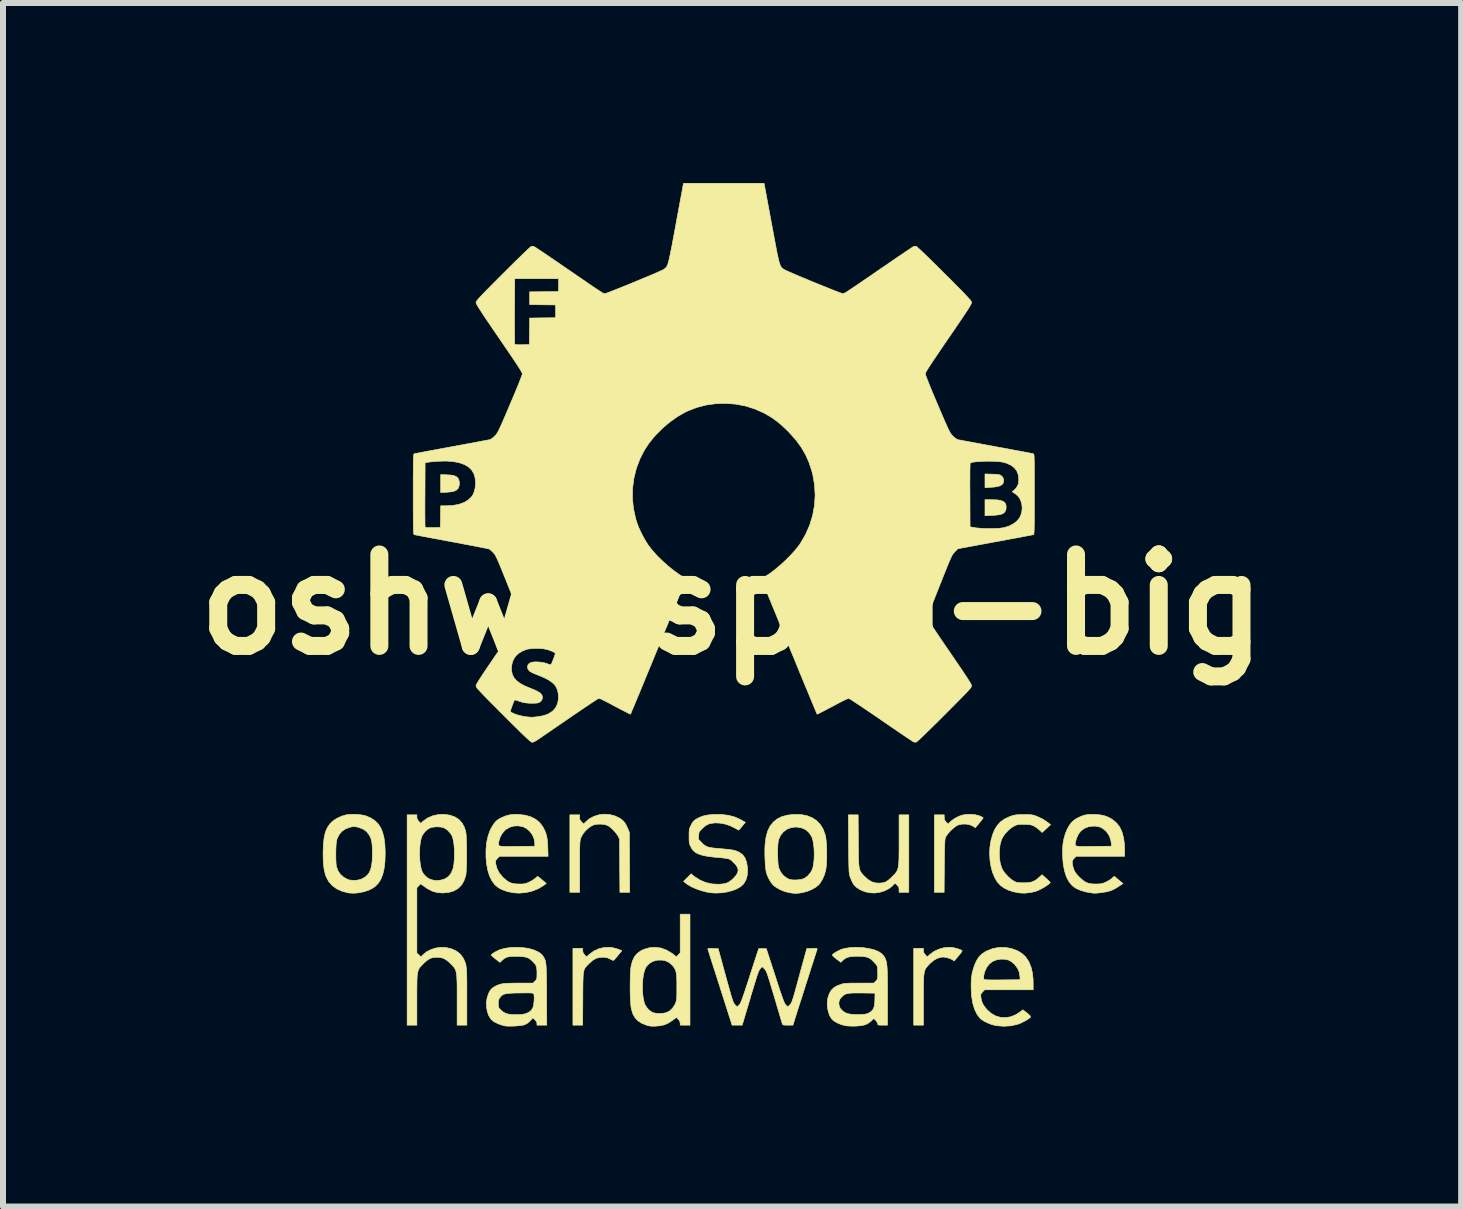
<source format=kicad_pcb>
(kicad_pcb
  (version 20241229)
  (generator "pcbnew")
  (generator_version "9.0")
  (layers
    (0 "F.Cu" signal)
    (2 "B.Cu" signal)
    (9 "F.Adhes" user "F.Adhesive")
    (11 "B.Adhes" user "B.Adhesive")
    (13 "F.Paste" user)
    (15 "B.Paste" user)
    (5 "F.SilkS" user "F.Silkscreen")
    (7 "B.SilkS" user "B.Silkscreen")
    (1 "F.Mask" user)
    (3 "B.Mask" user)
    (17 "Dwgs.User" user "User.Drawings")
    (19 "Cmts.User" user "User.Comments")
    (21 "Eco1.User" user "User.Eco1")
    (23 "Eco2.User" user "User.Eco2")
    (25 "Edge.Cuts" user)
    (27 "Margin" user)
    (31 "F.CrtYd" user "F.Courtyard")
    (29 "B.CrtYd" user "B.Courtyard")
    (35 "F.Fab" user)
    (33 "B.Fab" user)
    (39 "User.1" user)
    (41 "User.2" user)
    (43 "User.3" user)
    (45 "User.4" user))
  (footprint "oshw-spfb-big"
    (layer "F.Cu")
    (at 9.151 7.026)
    (property "Reference" "oshw-spfb-big" (at 0 0 0) (layer "F.SilkS") (effects (font (size 1.524 1.524) (thickness 0.3))))
    (attr through_hole)
    (fp_poly (pts (xy -4.752 -2.162) (xy -4.685 -2.158) (xy -4.635 -2.149) (xy -4.598 -2.133) (xy -4.572 -2.111) (xy -4.556 -2.086) (xy -4.545 -2.04) (xy -4.546 -1.99) (xy -4.561 -1.945) (xy -4.566 -1.935) (xy -4.591 -1.91) (xy -4.627 -1.891) (xy -4.679 -1.879) (xy -4.747 -1.872) (xy -4.757 -1.872) (xy -4.856 -1.867) (xy -4.856 -2.166) (xy -4.752 -2.162)) (stroke (width 0.01) (type solid)) (fill yes) (layer "F.SilkS"))
    (fp_poly (pts (xy 4.338 -2.173) (xy 4.391 -2.171) (xy 4.429 -2.168) (xy 4.455 -2.163) (xy 4.473 -2.157) (xy 4.487 -2.148) (xy 4.515 -2.116) (xy 4.528 -2.077) (xy 4.524 -2.036) (xy 4.52 -2.026) (xy 4.502 -2.001) (xy 4.474 -1.982) (xy 4.434 -1.968) (xy 4.377 -1.959) (xy 4.326 -1.955) (xy 4.216 -1.948) (xy 4.216 -2.176) (xy 4.338 -2.173)) (stroke (width 0.01) (type solid)) (fill yes) (layer "F.SilkS"))
    (fp_poly (pts (xy 4.336 -1.747) (xy 4.41 -1.745) (xy 4.467 -1.737) (xy 4.509 -1.724) (xy 4.539 -1.705) (xy 4.55 -1.694) (xy 4.565 -1.663) (xy 4.569 -1.622) (xy 4.564 -1.58) (xy 4.557 -1.562) (xy 4.54 -1.536) (xy 4.515 -1.516) (xy 4.478 -1.502) (xy 4.429 -1.493) (xy 4.362 -1.487) (xy 4.336 -1.486) (xy 4.216 -1.481) (xy 4.216 -1.748) (xy 4.336 -1.747)) (stroke (width 0.01) (type solid)) (fill yes) (layer "F.SilkS"))
    (fp_poly (pts (xy -1.994 5.719) (xy -1.951 5.729) (xy -1.908 5.741) (xy -1.881 5.751) (xy -1.837 5.77) (xy -1.901 5.847) (xy -1.929 5.881) (xy -1.953 5.908) (xy -1.969 5.926) (xy -1.974 5.93) (xy -1.987 5.929) (xy -2.012 5.919) (xy -2.035 5.907) (xy -2.074 5.889) (xy -2.111 5.881) (xy -2.154 5.878) (xy -2.214 5.882) (xy -2.267 5.898) (xy -2.317 5.927) (xy -2.37 5.971) (xy -2.376 5.977) (xy -2.401 6.001) (xy -2.421 6.022) (xy -2.438 6.041) (xy -2.452 6.061) (xy -2.463 6.083) (xy -2.471 6.11) (xy -2.477 6.143) (xy -2.481 6.186) (xy -2.483 6.238) (xy -2.485 6.304) (xy -2.486 6.385) (xy -2.487 6.482) (xy -2.487 6.566) (xy -2.49 7.01) (xy -2.652 7.01) (xy -2.652 5.73) (xy -2.489 5.73) (xy -2.489 5.768) (xy -2.484 5.8) (xy -2.466 5.829) (xy -2.457 5.839) (xy -2.425 5.872) (xy -2.375 5.827) (xy -2.301 5.774) (xy -2.218 5.736) (xy -2.128 5.716) (xy -2.037 5.713) (xy -1.994 5.719)) (stroke (width 0.01) (type solid)) (fill yes) (layer "F.SilkS"))
    (fp_poly (pts (xy 3.656 5.714) (xy 3.694 5.72) (xy 3.736 5.73) (xy 3.777 5.742) (xy 3.81 5.755) (xy 3.831 5.766) (xy 3.835 5.77) (xy 3.831 5.781) (xy 3.816 5.803) (xy 3.793 5.833) (xy 3.771 5.859) (xy 3.703 5.94) (xy 3.667 5.917) (xy 3.625 5.897) (xy 3.573 5.882) (xy 3.522 5.875) (xy 3.486 5.878) (xy 3.423 5.896) (xy 3.365 5.927) (xy 3.309 5.973) (xy 3.287 5.995) (xy 3.265 6.019) (xy 3.247 6.04) (xy 3.231 6.061) (xy 3.219 6.083) (xy 3.21 6.108) (xy 3.203 6.139) (xy 3.197 6.178) (xy 3.194 6.227) (xy 3.192 6.287) (xy 3.191 6.36) (xy 3.19 6.45) (xy 3.19 6.557) (xy 3.19 6.591) (xy 3.19 7.01) (xy 3.028 7.01) (xy 3.028 5.73) (xy 3.19 5.73) (xy 3.19 5.768) (xy 3.195 5.8) (xy 3.213 5.828) (xy 3.222 5.839) (xy 3.255 5.872) (xy 3.299 5.831) (xy 3.367 5.781) (xy 3.447 5.744) (xy 3.533 5.72) (xy 3.62 5.712) (xy 3.656 5.714)) (stroke (width 0.01) (type solid)) (fill yes) (layer "F.SilkS"))
    (fp_poly (pts (xy 4.046 3.502) (xy 4.11 3.517) (xy 4.133 3.525) (xy 4.161 3.539) (xy 4.181 3.55) (xy 4.186 3.555) (xy 4.181 3.564) (xy 4.167 3.583) (xy 4.142 3.614) (xy 4.106 3.659) (xy 4.081 3.688) (xy 4.055 3.719) (xy 4.011 3.691) (xy 3.961 3.67) (xy 3.901 3.659) (xy 3.837 3.659) (xy 3.776 3.672) (xy 3.769 3.674) (xy 3.732 3.693) (xy 3.69 3.726) (xy 3.646 3.766) (xy 3.606 3.809) (xy 3.575 3.851) (xy 3.556 3.886) (xy 3.553 3.901) (xy 3.549 3.922) (xy 3.547 3.952) (xy 3.545 3.993) (xy 3.543 4.046) (xy 3.541 4.114) (xy 3.54 4.197) (xy 3.539 4.298) (xy 3.538 4.361) (xy 3.535 4.796) (xy 3.373 4.796) (xy 3.373 3.505) (xy 3.536 3.505) (xy 3.536 3.549) (xy 3.539 3.581) (xy 3.551 3.605) (xy 3.569 3.625) (xy 3.603 3.658) (xy 3.628 3.631) (xy 3.668 3.595) (xy 3.721 3.56) (xy 3.779 3.53) (xy 3.834 3.51) (xy 3.901 3.498) (xy 3.974 3.496) (xy 4.046 3.502)) (stroke (width 0.01) (type solid)) (fill yes) (layer "F.SilkS"))
    (fp_poly (pts (xy -2.04 3.5) (xy -1.954 3.522) (xy -1.873 3.56) (xy -1.86 3.569) (xy -1.822 3.598) (xy -1.792 3.631) (xy -1.765 3.674) (xy -1.739 3.731) (xy -1.712 3.795) (xy -1.709 4.295) (xy -1.706 4.796) (xy -1.869 4.796) (xy -1.875 3.907) (xy -1.901 3.856) (xy -1.929 3.815) (xy -1.967 3.77) (xy -2.01 3.728) (xy -2.053 3.695) (xy -2.073 3.683) (xy -2.116 3.668) (xy -2.171 3.66) (xy -2.23 3.66) (xy -2.285 3.667) (xy -2.306 3.673) (xy -2.355 3.697) (xy -2.405 3.735) (xy -2.453 3.782) (xy -2.492 3.833) (xy -2.518 3.884) (xy -2.518 3.884) (xy -2.524 3.899) (xy -2.528 3.914) (xy -2.531 3.932) (xy -2.534 3.953) (xy -2.536 3.981) (xy -2.538 4.017) (xy -2.539 4.063) (xy -2.54 4.122) (xy -2.54 4.195) (xy -2.54 4.285) (xy -2.54 4.369) (xy -2.54 4.796) (xy -2.703 4.796) (xy -2.703 3.505) (xy -2.54 3.505) (xy -2.54 3.549) (xy -2.537 3.581) (xy -2.525 3.605) (xy -2.506 3.625) (xy -2.473 3.658) (xy -2.443 3.626) (xy -2.378 3.571) (xy -2.301 3.53) (xy -2.217 3.504) (xy -2.129 3.494) (xy -2.04 3.5)) (stroke (width 0.01) (type solid)) (fill yes) (layer "F.SilkS"))
    (fp_poly (pts (xy 2.105 3.94) (xy 2.106 4.051) (xy 2.107 4.145) (xy 2.108 4.222) (xy 2.11 4.286) (xy 2.114 4.337) (xy 2.119 4.378) (xy 2.126 4.41) (xy 2.135 4.437) (xy 2.147 4.46) (xy 2.163 4.481) (xy 2.181 4.502) (xy 2.204 4.526) (xy 2.213 4.535) (xy 2.271 4.587) (xy 2.328 4.621) (xy 2.387 4.639) (xy 2.437 4.643) (xy 2.49 4.641) (xy 2.532 4.634) (xy 2.57 4.619) (xy 2.607 4.593) (xy 2.649 4.555) (xy 2.668 4.537) (xy 2.694 4.511) (xy 2.716 4.488) (xy 2.734 4.466) (xy 2.749 4.442) (xy 2.76 4.416) (xy 2.769 4.385) (xy 2.775 4.347) (xy 2.779 4.3) (xy 2.782 4.241) (xy 2.783 4.169) (xy 2.784 4.082) (xy 2.784 3.978) (xy 2.784 3.919) (xy 2.784 3.505) (xy 2.946 3.505) (xy 2.946 4.796) (xy 2.784 4.796) (xy 2.784 4.752) (xy 2.781 4.72) (xy 2.769 4.695) (xy 2.75 4.676) (xy 2.717 4.643) (xy 2.677 4.685) (xy 2.617 4.733) (xy 2.544 4.771) (xy 2.462 4.796) (xy 2.377 4.808) (xy 2.296 4.804) (xy 2.215 4.786) (xy 2.141 4.756) (xy 2.078 4.717) (xy 2.031 4.669) (xy 2.02 4.654) (xy 2.001 4.618) (xy 1.981 4.574) (xy 1.969 4.542) (xy 1.963 4.526) (xy 1.959 4.509) (xy 1.956 4.491) (xy 1.953 4.469) (xy 1.95 4.441) (xy 1.949 4.406) (xy 1.947 4.36) (xy 1.946 4.303) (xy 1.945 4.232) (xy 1.944 4.146) (xy 1.943 4.042) (xy 1.943 3.99) (xy 1.939 3.505) (xy 2.102 3.505) (xy 2.105 3.94)) (stroke (width 0.01) (type solid)) (fill yes) (layer "F.SilkS"))
    (fp_poly (pts (xy 4.92 3.501) (xy 4.963 3.502) (xy 4.996 3.505) (xy 5.024 3.511) (xy 5.051 3.519) (xy 5.08 3.53) (xy 5.173 3.573) (xy 5.26 3.63) (xy 5.283 3.649) (xy 5.309 3.67) (xy 5.168 3.799) (xy 5.119 3.754) (xy 5.071 3.715) (xy 5.027 3.689) (xy 4.981 3.672) (xy 4.927 3.665) (xy 4.867 3.663) (xy 4.816 3.663) (xy 4.78 3.665) (xy 4.753 3.671) (xy 4.727 3.679) (xy 4.703 3.691) (xy 4.651 3.723) (xy 4.599 3.768) (xy 4.551 3.82) (xy 4.513 3.874) (xy 4.491 3.918) (xy 4.467 4.005) (xy 4.455 4.103) (xy 4.456 4.203) (xy 4.468 4.301) (xy 4.492 4.384) (xy 4.516 4.432) (xy 4.554 4.484) (xy 4.601 4.535) (xy 4.651 4.579) (xy 4.699 4.611) (xy 4.724 4.623) (xy 4.747 4.631) (xy 4.773 4.635) (xy 4.809 4.637) (xy 4.859 4.638) (xy 4.862 4.638) (xy 4.929 4.636) (xy 4.982 4.628) (xy 5.027 4.612) (xy 5.07 4.587) (xy 5.116 4.549) (xy 5.119 4.546) (xy 5.167 4.503) (xy 5.235 4.564) (xy 5.266 4.592) (xy 5.289 4.615) (xy 5.302 4.63) (xy 5.304 4.633) (xy 5.295 4.646) (xy 5.273 4.664) (xy 5.24 4.687) (xy 5.201 4.712) (xy 5.16 4.735) (xy 5.121 4.755) (xy 5.097 4.766) (xy 5.062 4.779) (xy 5.029 4.788) (xy 4.993 4.796) (xy 4.948 4.802) (xy 4.89 4.809) (xy 4.882 4.81) (xy 4.856 4.81) (xy 4.818 4.808) (xy 4.783 4.805) (xy 4.693 4.788) (xy 4.606 4.76) (xy 4.53 4.722) (xy 4.474 4.681) (xy 4.42 4.622) (xy 4.376 4.547) (xy 4.34 4.459) (xy 4.315 4.362) (xy 4.299 4.259) (xy 4.293 4.152) (xy 4.298 4.045) (xy 4.314 3.94) (xy 4.341 3.84) (xy 4.376 3.754) (xy 4.421 3.681) (xy 4.475 3.622) (xy 4.543 3.574) (xy 4.626 3.535) (xy 4.645 3.528) (xy 4.678 3.517) (xy 4.707 3.51) (xy 4.739 3.505) (xy 4.777 3.502) (xy 4.829 3.501) (xy 4.862 3.501) (xy 4.92 3.501)) (stroke (width 0.01) (type solid)) (fill yes) (layer "F.SilkS"))
    (fp_poly (pts (xy -0.701 7.01) (xy -0.864 7.01) (xy -0.864 6.978) (xy -0.872 6.944) (xy -0.895 6.913) (xy -0.926 6.881) (xy -0.991 6.929) (xy -1.057 6.973) (xy -1.123 7.003) (xy -1.195 7.02) (xy -1.27 7.027) (xy -1.326 7.028) (xy -1.368 7.025) (xy -1.405 7.017) (xy -1.422 7.012) (xy -1.504 6.979) (xy -1.567 6.939) (xy -1.615 6.889) (xy -1.651 6.827) (xy -1.675 6.75) (xy -1.683 6.711) (xy -1.688 6.667) (xy -1.693 6.607) (xy -1.696 6.535) (xy -1.698 6.455) (xy -1.698 6.405) (xy -1.493 6.405) (xy -1.489 6.488) (xy -1.479 6.565) (xy -1.464 6.631) (xy -1.453 6.664) (xy -1.423 6.714) (xy -1.383 6.759) (xy -1.337 6.792) (xy -1.315 6.802) (xy -1.267 6.813) (xy -1.21 6.816) (xy -1.151 6.813) (xy -1.099 6.803) (xy -1.093 6.801) (xy -1.038 6.772) (xy -0.991 6.727) (xy -0.953 6.669) (xy -0.943 6.646) (xy -0.935 6.626) (xy -0.929 6.606) (xy -0.925 6.583) (xy -0.922 6.554) (xy -0.921 6.516) (xy -0.92 6.465) (xy -0.92 6.399) (xy -0.92 6.375) (xy -0.92 6.29) (xy -0.922 6.223) (xy -0.926 6.169) (xy -0.933 6.127) (xy -0.943 6.092) (xy -0.958 6.063) (xy -0.976 6.035) (xy -0.992 6.016) (xy -1.045 5.968) (xy -1.107 5.938) (xy -1.169 5.926) (xy -1.246 5.927) (xy -1.316 5.946) (xy -1.376 5.98) (xy -1.424 6.029) (xy -1.438 6.05) (xy -1.459 6.099) (xy -1.475 6.163) (xy -1.486 6.238) (xy -1.492 6.321) (xy -1.493 6.405) (xy -1.698 6.405) (xy -1.698 6.37) (xy -1.698 6.286) (xy -1.696 6.206) (xy -1.693 6.134) (xy -1.689 6.074) (xy -1.683 6.03) (xy -1.683 6.028) (xy -1.661 5.942) (xy -1.627 5.871) (xy -1.58 5.815) (xy -1.519 5.771) (xy -1.467 5.746) (xy -1.374 5.719) (xy -1.28 5.712) (xy -1.186 5.725) (xy -1.095 5.758) (xy -1.006 5.81) (xy -0.979 5.83) (xy -0.927 5.871) (xy -0.895 5.838) (xy -0.864 5.805) (xy -0.864 5.161) (xy -0.701 5.161) (xy -0.701 7.01)) (stroke (width 0.01) (type solid)) (fill yes) (layer "F.SilkS"))
    (fp_poly (pts (xy -6.236 3.499) (xy -6.171 3.507) (xy -6.116 3.518) (xy -6.095 3.525) (xy -6.017 3.56) (xy -5.952 3.603) (xy -5.898 3.656) (xy -5.856 3.72) (xy -5.824 3.797) (xy -5.801 3.887) (xy -5.787 3.993) (xy -5.781 4.116) (xy -5.781 4.157) (xy -5.785 4.287) (xy -5.799 4.399) (xy -5.821 4.496) (xy -5.853 4.577) (xy -5.895 4.644) (xy -5.948 4.698) (xy -5.983 4.723) (xy -6.052 4.759) (xy -6.133 4.786) (xy -6.22 4.804) (xy -6.306 4.812) (xy -6.384 4.807) (xy -6.394 4.806) (xy -6.498 4.779) (xy -6.587 4.739) (xy -6.661 4.686) (xy -6.72 4.62) (xy -6.763 4.542) (xy -6.777 4.504) (xy -6.795 4.433) (xy -6.807 4.354) (xy -6.814 4.265) (xy -6.815 4.191) (xy -6.604 4.191) (xy -6.603 4.254) (xy -6.6 4.31) (xy -6.596 4.354) (xy -6.593 4.368) (xy -6.569 4.436) (xy -6.528 4.496) (xy -6.473 4.545) (xy -6.409 4.58) (xy -6.384 4.589) (xy -6.328 4.597) (xy -6.265 4.596) (xy -6.206 4.586) (xy -6.18 4.577) (xy -6.126 4.549) (xy -6.082 4.514) (xy -6.048 4.47) (xy -6.023 4.415) (xy -6.007 4.347) (xy -5.997 4.264) (xy -5.994 4.163) (xy -5.994 4.159) (xy -5.995 4.079) (xy -5.998 4.015) (xy -6.003 3.964) (xy -6.012 3.922) (xy -6.024 3.886) (xy -6.041 3.852) (xy -6.048 3.839) (xy -6.091 3.785) (xy -6.145 3.745) (xy -6.214 3.717) (xy -6.233 3.712) (xy -6.271 3.703) (xy -6.3 3.7) (xy -6.329 3.703) (xy -6.365 3.711) (xy -6.44 3.738) (xy -6.501 3.779) (xy -6.548 3.833) (xy -6.582 3.903) (xy -6.589 3.926) (xy -6.595 3.957) (xy -6.599 4.004) (xy -6.602 4.061) (xy -6.604 4.125) (xy -6.604 4.191) (xy -6.815 4.191) (xy -6.816 4.161) (xy -6.815 4.084) (xy -6.809 3.979) (xy -6.799 3.89) (xy -6.783 3.815) (xy -6.761 3.752) (xy -6.732 3.698) (xy -6.695 3.648) (xy -6.678 3.63) (xy -6.632 3.593) (xy -6.574 3.558) (xy -6.508 3.528) (xy -6.443 3.508) (xy -6.426 3.504) (xy -6.37 3.498) (xy -6.305 3.496) (xy -6.236 3.499)) (stroke (width 0.01) (type solid)) (fill yes) (layer "F.SilkS"))
    (fp_poly (pts (xy -3.556 3.498) (xy -3.448 3.511) (xy -3.354 3.538) (xy -3.273 3.579) (xy -3.207 3.634) (xy -3.158 3.698) (xy -3.128 3.753) (xy -3.105 3.806) (xy -3.089 3.861) (xy -3.079 3.923) (xy -3.073 3.998) (xy -3.071 4.046) (xy -3.066 4.196) (xy -3.877 4.196) (xy -3.911 4.231) (xy -3.93 4.252) (xy -3.939 4.27) (xy -3.941 4.292) (xy -3.938 4.322) (xy -3.919 4.397) (xy -3.882 4.47) (xy -3.829 4.536) (xy -3.811 4.554) (xy -3.759 4.599) (xy -3.713 4.629) (xy -3.665 4.647) (xy -3.61 4.656) (xy -3.551 4.658) (xy -3.502 4.658) (xy -3.467 4.655) (xy -3.439 4.65) (xy -3.41 4.639) (xy -3.383 4.627) (xy -3.343 4.606) (xy -3.304 4.582) (xy -3.279 4.562) (xy -3.241 4.529) (xy -3.208 4.555) (xy -3.179 4.578) (xy -3.147 4.605) (xy -3.135 4.615) (xy -3.096 4.649) (xy -3.141 4.682) (xy -3.23 4.736) (xy -3.331 4.776) (xy -3.439 4.801) (xy -3.551 4.81) (xy -3.642 4.804) (xy -3.748 4.783) (xy -3.845 4.746) (xy -3.894 4.719) (xy -3.953 4.67) (xy -4.002 4.604) (xy -4.043 4.521) (xy -4.073 4.422) (xy -4.093 4.308) (xy -4.101 4.211) (xy -4.101 4.082) (xy -4.092 3.994) (xy -3.892 3.994) (xy -3.891 4.008) (xy -3.883 4.018) (xy -3.868 4.025) (xy -3.843 4.029) (xy -3.807 4.032) (xy -3.757 4.032) (xy -3.691 4.032) (xy -3.607 4.031) (xy -3.584 4.031) (xy -3.287 4.028) (xy -3.288 3.973) (xy -3.299 3.905) (xy -3.326 3.841) (xy -3.368 3.783) (xy -3.42 3.736) (xy -3.48 3.705) (xy -3.482 3.704) (xy -3.557 3.689) (xy -3.632 3.691) (xy -3.704 3.711) (xy -3.768 3.748) (xy -3.783 3.76) (xy -3.829 3.812) (xy -3.865 3.876) (xy -3.886 3.943) (xy -3.887 3.954) (xy -3.891 3.977) (xy -3.892 3.994) (xy -4.092 3.994) (xy -4.089 3.961) (xy -4.064 3.851) (xy -4.028 3.753) (xy -3.992 3.689) (xy -3.96 3.642) (xy -3.931 3.609) (xy -3.898 3.583) (xy -3.855 3.558) (xy -3.85 3.556) (xy -3.777 3.524) (xy -3.705 3.505) (xy -3.626 3.497) (xy -3.556 3.498)) (stroke (width 0.01) (type solid)) (fill yes) (layer "F.SilkS"))
    (fp_poly (pts (xy 1.144 3.5) (xy 1.245 3.518) (xy 1.333 3.552) (xy 1.408 3.601) (xy 1.47 3.665) (xy 1.518 3.743) (xy 1.552 3.837) (xy 1.561 3.876) (xy 1.568 3.927) (xy 1.574 3.992) (xy 1.577 4.067) (xy 1.578 4.147) (xy 1.578 4.227) (xy 1.575 4.303) (xy 1.57 4.369) (xy 1.563 4.42) (xy 1.561 4.43) (xy 1.537 4.511) (xy 1.504 4.585) (xy 1.464 4.648) (xy 1.444 4.671) (xy 1.397 4.71) (xy 1.336 4.745) (xy 1.266 4.775) (xy 1.195 4.796) (xy 1.173 4.801) (xy 1.116 4.81) (xy 1.07 4.814) (xy 1.026 4.812) (xy 0.976 4.806) (xy 0.946 4.8) (xy 0.875 4.782) (xy 0.805 4.753) (xy 0.741 4.718) (xy 0.689 4.679) (xy 0.684 4.673) (xy 0.646 4.626) (xy 0.611 4.566) (xy 0.583 4.5) (xy 0.569 4.455) (xy 0.563 4.417) (xy 0.557 4.364) (xy 0.552 4.3) (xy 0.549 4.229) (xy 0.547 4.161) (xy 0.76 4.161) (xy 0.762 4.227) (xy 0.765 4.289) (xy 0.769 4.341) (xy 0.775 4.378) (xy 0.777 4.384) (xy 0.807 4.454) (xy 0.852 4.513) (xy 0.911 4.558) (xy 0.954 4.579) (xy 0.994 4.588) (xy 1.045 4.591) (xy 1.101 4.588) (xy 1.154 4.581) (xy 1.196 4.568) (xy 1.204 4.565) (xy 1.26 4.525) (xy 1.308 4.469) (xy 1.331 4.43) (xy 1.348 4.383) (xy 1.36 4.321) (xy 1.367 4.248) (xy 1.37 4.169) (xy 1.368 4.089) (xy 1.361 4.012) (xy 1.35 3.943) (xy 1.335 3.886) (xy 1.326 3.866) (xy 1.285 3.803) (xy 1.232 3.755) (xy 1.166 3.724) (xy 1.089 3.71) (xy 1.056 3.708) (xy 0.982 3.718) (xy 0.914 3.745) (xy 0.856 3.788) (xy 0.81 3.845) (xy 0.779 3.912) (xy 0.771 3.941) (xy 0.766 3.979) (xy 0.762 4.032) (xy 0.76 4.094) (xy 0.76 4.161) (xy 0.547 4.161) (xy 0.547 4.156) (xy 0.547 4.085) (xy 0.549 4.023) (xy 0.551 3.993) (xy 0.566 3.878) (xy 0.593 3.778) (xy 0.633 3.695) (xy 0.687 3.627) (xy 0.753 3.573) (xy 0.833 3.534) (xy 0.928 3.509) (xy 1.031 3.498) (xy 1.144 3.5)) (stroke (width 0.01) (type solid)) (fill yes) (layer "F.SilkS"))
    (fp_poly (pts (xy 4.657 5.733) (xy 4.758 5.771) (xy 4.759 5.772) (xy 4.832 5.816) (xy 4.89 5.869) (xy 4.937 5.937) (xy 4.952 5.965) (xy 4.985 6.049) (xy 5.007 6.143) (xy 5.018 6.25) (xy 5.019 6.31) (xy 5.019 6.421) (xy 4.21 6.421) (xy 4.176 6.456) (xy 4.157 6.478) (xy 4.147 6.496) (xy 4.146 6.519) (xy 4.148 6.547) (xy 4.16 6.609) (xy 4.184 6.665) (xy 4.223 6.721) (xy 4.251 6.754) (xy 4.32 6.815) (xy 4.395 6.857) (xy 4.476 6.881) (xy 4.559 6.885) (xy 4.643 6.871) (xy 4.726 6.838) (xy 4.807 6.786) (xy 4.808 6.785) (xy 4.847 6.754) (xy 4.88 6.78) (xy 4.923 6.814) (xy 4.951 6.838) (xy 4.968 6.855) (xy 4.974 6.868) (xy 4.973 6.877) (xy 4.97 6.882) (xy 4.951 6.898) (xy 4.918 6.919) (xy 4.878 6.943) (xy 4.835 6.965) (xy 4.795 6.983) (xy 4.769 6.993) (xy 4.652 7.021) (xy 4.53 7.029) (xy 4.409 7.019) (xy 4.385 7.015) (xy 4.322 6.998) (xy 4.259 6.973) (xy 4.2 6.944) (xy 4.152 6.912) (xy 4.133 6.895) (xy 4.083 6.829) (xy 4.043 6.747) (xy 4.013 6.648) (xy 3.994 6.534) (xy 3.986 6.416) (xy 3.985 6.314) (xy 3.99 6.226) (xy 3.991 6.22) (xy 4.193 6.22) (xy 4.197 6.243) (xy 4.198 6.246) (xy 4.206 6.25) (xy 4.224 6.253) (xy 4.252 6.255) (xy 4.295 6.256) (xy 4.352 6.257) (xy 4.426 6.257) (xy 4.505 6.256) (xy 4.801 6.253) (xy 4.799 6.206) (xy 4.788 6.131) (xy 4.761 6.066) (xy 4.716 6.005) (xy 4.704 5.993) (xy 4.661 5.955) (xy 4.619 5.93) (xy 4.572 5.916) (xy 4.514 5.91) (xy 4.489 5.91) (xy 4.413 5.92) (xy 4.346 5.947) (xy 4.289 5.99) (xy 4.244 6.048) (xy 4.211 6.12) (xy 4.196 6.182) (xy 4.193 6.22) (xy 3.991 6.22) (xy 4.001 6.147) (xy 4.021 6.072) (xy 4.044 6.006) (xy 4.077 5.932) (xy 4.115 5.874) (xy 4.161 5.827) (xy 4.219 5.788) (xy 4.247 5.773) (xy 4.345 5.734) (xy 4.448 5.715) (xy 4.553 5.715) (xy 4.657 5.733)) (stroke (width 0.01) (type solid)) (fill yes) (layer "F.SilkS"))
    (fp_poly (pts (xy 6.049 3.498) (xy 6.133 3.505) (xy 6.203 3.519) (xy 6.265 3.542) (xy 6.327 3.575) (xy 6.346 3.588) (xy 6.41 3.642) (xy 6.461 3.708) (xy 6.499 3.789) (xy 6.525 3.884) (xy 6.54 3.994) (xy 6.543 4.087) (xy 6.543 4.196) (xy 5.734 4.196) (xy 5.702 4.23) (xy 5.681 4.255) (xy 5.671 4.282) (xy 5.671 4.316) (xy 5.68 4.362) (xy 5.684 4.376) (xy 5.699 4.423) (xy 5.721 4.465) (xy 5.752 4.505) (xy 5.796 4.551) (xy 5.801 4.555) (xy 5.851 4.599) (xy 5.896 4.629) (xy 5.944 4.647) (xy 5.999 4.656) (xy 6.06 4.658) (xy 6.11 4.657) (xy 6.145 4.654) (xy 6.174 4.648) (xy 6.203 4.638) (xy 6.228 4.627) (xy 6.269 4.606) (xy 6.307 4.582) (xy 6.333 4.562) (xy 6.371 4.529) (xy 6.418 4.568) (xy 6.448 4.594) (xy 6.476 4.617) (xy 6.49 4.629) (xy 6.516 4.65) (xy 6.437 4.702) (xy 6.387 4.733) (xy 6.338 4.758) (xy 6.287 4.776) (xy 6.228 4.79) (xy 6.158 4.801) (xy 6.076 4.81) (xy 6.041 4.811) (xy 6.01 4.809) (xy 5.899 4.79) (xy 5.807 4.763) (xy 5.731 4.729) (xy 5.672 4.686) (xy 5.662 4.676) (xy 5.612 4.613) (xy 5.571 4.533) (xy 5.541 4.437) (xy 5.52 4.326) (xy 5.51 4.205) (xy 5.508 4.092) (xy 5.515 3.994) (xy 5.516 3.99) (xy 5.719 3.99) (xy 5.72 4.005) (xy 5.726 4.016) (xy 5.74 4.024) (xy 5.764 4.029) (xy 5.801 4.032) (xy 5.85 4.032) (xy 5.916 4.032) (xy 6 4.031) (xy 6.027 4.031) (xy 6.325 4.028) (xy 6.322 3.981) (xy 6.309 3.909) (xy 6.28 3.841) (xy 6.237 3.781) (xy 6.183 3.735) (xy 6.148 3.715) (xy 6.108 3.701) (xy 6.06 3.694) (xy 6.025 3.693) (xy 5.945 3.702) (xy 5.876 3.728) (xy 5.818 3.77) (xy 5.772 3.828) (xy 5.74 3.901) (xy 5.728 3.946) (xy 5.722 3.97) (xy 5.719 3.99) (xy 5.516 3.99) (xy 5.531 3.905) (xy 5.552 3.83) (xy 5.586 3.744) (xy 5.625 3.675) (xy 5.669 3.621) (xy 5.722 3.578) (xy 5.759 3.557) (xy 5.824 3.527) (xy 5.882 3.508) (xy 5.943 3.499) (xy 6.012 3.497) (xy 6.049 3.498)) (stroke (width 0.01) (type solid)) (fill yes) (layer "F.SilkS"))
    (fp_poly (pts (xy -0.169 3.499) (xy -0.054 3.514) (xy 0.051 3.543) (xy 0.148 3.588) (xy 0.159 3.594) (xy 0.222 3.63) (xy 0.169 3.694) (xy 0.144 3.724) (xy 0.124 3.746) (xy 0.112 3.758) (xy 0.11 3.759) (xy 0.099 3.754) (xy 0.076 3.742) (xy 0.048 3.725) (xy -0.03 3.687) (xy -0.114 3.659) (xy -0.201 3.643) (xy -0.284 3.639) (xy -0.358 3.649) (xy -0.371 3.652) (xy -0.408 3.666) (xy -0.441 3.685) (xy -0.476 3.714) (xy -0.491 3.728) (xy -0.521 3.758) (xy -0.54 3.78) (xy -0.55 3.799) (xy -0.554 3.822) (xy -0.557 3.849) (xy -0.561 3.91) (xy -0.512 3.963) (xy -0.484 3.991) (xy -0.457 4.013) (xy -0.428 4.03) (xy -0.394 4.043) (xy -0.351 4.052) (xy -0.296 4.06) (xy -0.225 4.066) (xy -0.191 4.069) (xy -0.113 4.076) (xy -0.052 4.082) (xy -0.004 4.089) (xy 0.035 4.097) (xy 0.067 4.106) (xy 0.098 4.119) (xy 0.125 4.132) (xy 0.176 4.169) (xy 0.215 4.222) (xy 0.241 4.291) (xy 0.256 4.376) (xy 0.259 4.435) (xy 0.252 4.52) (xy 0.23 4.593) (xy 0.192 4.656) (xy 0.185 4.664) (xy 0.139 4.704) (xy 0.078 4.739) (xy 0.003 4.768) (xy -0.081 4.79) (xy -0.17 4.804) (xy -0.262 4.809) (xy -0.341 4.805) (xy -0.422 4.792) (xy -0.508 4.77) (xy -0.592 4.741) (xy -0.67 4.707) (xy -0.737 4.669) (xy -0.772 4.643) (xy -0.808 4.614) (xy -0.683 4.488) (xy -0.629 4.532) (xy -0.538 4.591) (xy -0.438 4.633) (xy -0.331 4.657) (xy -0.218 4.662) (xy -0.205 4.661) (xy -0.142 4.655) (xy -0.092 4.643) (xy -0.05 4.623) (xy -0.008 4.592) (xy 0.021 4.566) (xy 0.067 4.515) (xy 0.094 4.469) (xy 0.102 4.425) (xy 0.09 4.381) (xy 0.06 4.335) (xy 0.027 4.3) (xy 0.005 4.279) (xy -0.013 4.263) (xy -0.031 4.251) (xy -0.051 4.241) (xy -0.077 4.234) (xy -0.112 4.229) (xy -0.158 4.223) (xy -0.219 4.217) (xy -0.28 4.212) (xy -0.382 4.2) (xy -0.466 4.186) (xy -0.534 4.167) (xy -0.588 4.144) (xy -0.63 4.116) (xy -0.663 4.08) (xy -0.688 4.037) (xy -0.689 4.035) (xy -0.701 4.008) (xy -0.709 3.983) (xy -0.714 3.955) (xy -0.716 3.918) (xy -0.716 3.867) (xy -0.716 3.861) (xy -0.716 3.809) (xy -0.714 3.772) (xy -0.71 3.744) (xy -0.703 3.72) (xy -0.691 3.693) (xy -0.683 3.676) (xy -0.661 3.635) (xy -0.638 3.607) (xy -0.611 3.585) (xy -0.602 3.579) (xy -0.539 3.546) (xy -0.474 3.522) (xy -0.4 3.507) (xy -0.314 3.499) (xy -0.296 3.498) (xy -0.169 3.499)) (stroke (width 0.01) (type solid)) (fill yes) (layer "F.SilkS"))
    (fp_poly (pts (xy 2.144 5.715) (xy 2.182 5.718) (xy 2.287 5.734) (xy 2.376 5.757) (xy 2.447 5.787) (xy 2.501 5.825) (xy 2.534 5.865) (xy 2.546 5.887) (xy 2.557 5.908) (xy 2.565 5.931) (xy 2.572 5.956) (xy 2.578 5.987) (xy 2.582 6.024) (xy 2.586 6.071) (xy 2.588 6.128) (xy 2.589 6.197) (xy 2.59 6.281) (xy 2.591 6.381) (xy 2.591 6.499) (xy 2.591 6.52) (xy 2.591 7.01) (xy 2.51 7.01) (xy 2.469 7.01) (xy 2.445 7.008) (xy 2.433 7.004) (xy 2.429 6.996) (xy 2.428 6.988) (xy 2.421 6.967) (xy 2.404 6.942) (xy 2.396 6.932) (xy 2.364 6.899) (xy 2.316 6.944) (xy 2.259 6.986) (xy 2.214 7.005) (xy 2.166 7.016) (xy 2.105 7.023) (xy 2.037 7.027) (xy 1.97 7.026) (xy 1.91 7.022) (xy 1.874 7.016) (xy 1.817 6.999) (xy 1.761 6.976) (xy 1.711 6.948) (xy 1.674 6.92) (xy 1.663 6.909) (xy 1.63 6.857) (xy 1.606 6.792) (xy 1.591 6.719) (xy 1.587 6.655) (xy 1.78 6.655) (xy 1.781 6.661) (xy 1.792 6.708) (xy 1.815 6.746) (xy 1.855 6.783) (xy 1.855 6.783) (xy 1.897 6.807) (xy 1.951 6.824) (xy 2.018 6.833) (xy 2.102 6.834) (xy 2.121 6.834) (xy 2.175 6.831) (xy 2.214 6.828) (xy 2.243 6.822) (xy 2.268 6.813) (xy 2.283 6.806) (xy 2.322 6.78) (xy 2.35 6.748) (xy 2.368 6.705) (xy 2.378 6.649) (xy 2.381 6.581) (xy 2.383 6.477) (xy 2.171 6.474) (xy 2.088 6.474) (xy 2.023 6.474) (xy 1.972 6.477) (xy 1.933 6.482) (xy 1.902 6.489) (xy 1.878 6.5) (xy 1.856 6.514) (xy 1.843 6.525) (xy 1.804 6.566) (xy 1.784 6.609) (xy 1.78 6.655) (xy 1.587 6.655) (xy 1.587 6.644) (xy 1.594 6.573) (xy 1.6 6.547) (xy 1.624 6.479) (xy 1.656 6.426) (xy 1.697 6.386) (xy 1.752 6.354) (xy 1.82 6.329) (xy 1.842 6.322) (xy 1.867 6.317) (xy 1.896 6.314) (xy 1.933 6.312) (xy 1.981 6.31) (xy 2.044 6.31) (xy 2.122 6.309) (xy 2.363 6.309) (xy 2.396 6.276) (xy 2.411 6.26) (xy 2.42 6.245) (xy 2.425 6.227) (xy 2.428 6.2) (xy 2.428 6.16) (xy 2.428 6.143) (xy 2.427 6.098) (xy 2.424 6.058) (xy 2.42 6.03) (xy 2.417 6.022) (xy 2.404 6.003) (xy 2.382 5.977) (xy 2.355 5.947) (xy 2.353 5.946) (xy 2.319 5.914) (xy 2.284 5.891) (xy 2.245 5.876) (xy 2.196 5.867) (xy 2.135 5.863) (xy 2.087 5.862) (xy 2.015 5.864) (xy 1.959 5.871) (xy 1.915 5.884) (xy 1.879 5.904) (xy 1.849 5.928) (xy 1.814 5.963) (xy 1.74 5.908) (xy 1.706 5.879) (xy 1.682 5.857) (xy 1.672 5.841) (xy 1.672 5.839) (xy 1.684 5.825) (xy 1.71 5.806) (xy 1.745 5.785) (xy 1.783 5.765) (xy 1.819 5.749) (xy 1.829 5.745) (xy 1.893 5.729) (xy 1.97 5.718) (xy 2.056 5.713) (xy 2.144 5.715)) (stroke (width 0.01) (type solid)) (fill yes) (layer "F.SilkS"))
    (fp_poly (pts (xy 1.405 5.732) (xy 1.417 5.736) (xy 1.42 5.742) (xy 1.419 5.744) (xy 1.415 5.757) (xy 1.405 5.786) (xy 1.391 5.831) (xy 1.372 5.89) (xy 1.35 5.959) (xy 1.324 6.038) (xy 1.297 6.124) (xy 1.268 6.214) (xy 1.238 6.308) (xy 1.208 6.403) (xy 1.178 6.497) (xy 1.149 6.588) (xy 1.121 6.673) (xy 1.096 6.752) (xy 1.074 6.821) (xy 1.056 6.879) (xy 1.042 6.923) (xy 1.033 6.953) (xy 1.03 6.962) (xy 1.015 7.01) (xy 0.93 7.01) (xy 0.887 7.01) (xy 0.861 7.007) (xy 0.846 7.003) (xy 0.84 6.994) (xy 0.839 6.993) (xy 0.835 6.979) (xy 0.826 6.949) (xy 0.813 6.903) (xy 0.795 6.844) (xy 0.774 6.773) (xy 0.75 6.694) (xy 0.725 6.607) (xy 0.706 6.543) (xy 0.675 6.44) (xy 0.649 6.354) (xy 0.628 6.284) (xy 0.61 6.228) (xy 0.596 6.184) (xy 0.584 6.15) (xy 0.574 6.125) (xy 0.565 6.106) (xy 0.556 6.092) (xy 0.548 6.081) (xy 0.54 6.073) (xy 0.504 6.035) (xy 0.472 6.068) (xy 0.464 6.077) (xy 0.456 6.09) (xy 0.447 6.107) (xy 0.437 6.131) (xy 0.425 6.164) (xy 0.411 6.206) (xy 0.394 6.261) (xy 0.373 6.329) (xy 0.348 6.412) (xy 0.317 6.512) (xy 0.305 6.556) (xy 0.169 7.01) (xy 0.001 7.01) (xy -0.057 6.83) (xy -0.072 6.781) (xy -0.093 6.716) (xy -0.118 6.638) (xy -0.146 6.549) (xy -0.177 6.454) (xy -0.208 6.355) (xy -0.24 6.256) (xy -0.255 6.208) (xy -0.284 6.117) (xy -0.312 6.031) (xy -0.337 5.953) (xy -0.359 5.884) (xy -0.377 5.828) (xy -0.39 5.784) (xy -0.399 5.757) (xy -0.402 5.748) (xy -0.403 5.739) (xy -0.398 5.734) (xy -0.381 5.732) (xy -0.351 5.731) (xy -0.319 5.732) (xy -0.231 5.735) (xy -0.108 6.184) (xy -0.079 6.29) (xy -0.054 6.378) (xy -0.034 6.45) (xy -0.018 6.508) (xy -0.004 6.554) (xy 0.008 6.589) (xy 0.017 6.615) (xy 0.026 6.634) (xy 0.033 6.649) (xy 0.041 6.659) (xy 0.05 6.669) (xy 0.05 6.67) (xy 0.086 6.706) (xy 0.118 6.673) (xy 0.127 6.663) (xy 0.135 6.65) (xy 0.145 6.632) (xy 0.156 6.607) (xy 0.169 6.573) (xy 0.184 6.529) (xy 0.204 6.473) (xy 0.227 6.403) (xy 0.255 6.317) (xy 0.289 6.215) (xy 0.297 6.187) (xy 0.444 5.735) (xy 0.571 5.735) (xy 0.718 6.187) (xy 0.753 6.295) (xy 0.782 6.384) (xy 0.807 6.458) (xy 0.827 6.517) (xy 0.844 6.564) (xy 0.857 6.6) (xy 0.869 6.628) (xy 0.879 6.647) (xy 0.887 6.661) (xy 0.896 6.672) (xy 0.897 6.673) (xy 0.929 6.706) (xy 0.964 6.671) (xy 0.973 6.661) (xy 0.981 6.651) (xy 0.988 6.638) (xy 0.997 6.62) (xy 1.006 6.595) (xy 1.017 6.562) (xy 1.03 6.519) (xy 1.046 6.464) (xy 1.065 6.395) (xy 1.088 6.31) (xy 1.116 6.208) (xy 1.122 6.185) (xy 1.245 5.735) (xy 1.335 5.732) (xy 1.378 5.731) (xy 1.405 5.732)) (stroke (width 0.01) (type solid)) (fill yes) (layer "F.SilkS"))
    (fp_poly (pts (xy -3.509 5.716) (xy -3.415 5.728) (xy -3.374 5.736) (xy -3.307 5.756) (xy -3.246 5.782) (xy -3.196 5.812) (xy -3.162 5.844) (xy -3.156 5.852) (xy -3.143 5.872) (xy -3.131 5.891) (xy -3.122 5.91) (xy -3.114 5.931) (xy -3.108 5.956) (xy -3.103 5.986) (xy -3.099 6.024) (xy -3.096 6.072) (xy -3.095 6.131) (xy -3.093 6.202) (xy -3.092 6.289) (xy -3.091 6.393) (xy -3.091 6.5) (xy -3.088 7.01) (xy -3.251 7.01) (xy -3.251 6.982) (xy -3.261 6.95) (xy -3.285 6.921) (xy -3.319 6.888) (xy -3.365 6.938) (xy -3.402 6.973) (xy -3.439 6.995) (xy -3.466 7.006) (xy -3.504 7.014) (xy -3.555 7.02) (xy -3.615 7.025) (xy -3.676 7.027) (xy -3.732 7.027) (xy -3.778 7.024) (xy -3.795 7.021) (xy -3.847 7.006) (xy -3.903 6.985) (xy -3.953 6.961) (xy -3.976 6.948) (xy -4.02 6.908) (xy -4.054 6.853) (xy -4.078 6.788) (xy -4.091 6.715) (xy -4.093 6.651) (xy -3.896 6.651) (xy -3.895 6.687) (xy -3.891 6.712) (xy -3.879 6.731) (xy -3.861 6.752) (xy -3.815 6.791) (xy -3.767 6.816) (xy -3.725 6.827) (xy -3.673 6.834) (xy -3.61 6.836) (xy -3.545 6.835) (xy -3.486 6.829) (xy -3.449 6.822) (xy -3.389 6.798) (xy -3.345 6.763) (xy -3.318 6.716) (xy -3.313 6.702) (xy -3.306 6.664) (xy -3.3 6.619) (xy -3.298 6.573) (xy -3.298 6.532) (xy -3.301 6.501) (xy -3.306 6.487) (xy -3.312 6.481) (xy -3.323 6.477) (xy -3.341 6.475) (xy -3.369 6.473) (xy -3.409 6.473) (xy -3.465 6.473) (xy -3.538 6.474) (xy -3.541 6.474) (xy -3.624 6.475) (xy -3.689 6.478) (xy -3.739 6.482) (xy -3.777 6.488) (xy -3.806 6.497) (xy -3.829 6.509) (xy -3.848 6.526) (xy -3.866 6.548) (xy -3.869 6.551) (xy -3.885 6.576) (xy -3.893 6.601) (xy -3.896 6.636) (xy -3.896 6.651) (xy -4.093 6.651) (xy -4.094 6.639) (xy -4.084 6.564) (xy -4.062 6.493) (xy -4.057 6.48) (xy -4.035 6.439) (xy -4.014 6.411) (xy -3.988 6.388) (xy -3.976 6.38) (xy -3.941 6.359) (xy -3.906 6.343) (xy -3.87 6.33) (xy -3.829 6.321) (xy -3.78 6.315) (xy -3.72 6.312) (xy -3.645 6.31) (xy -3.557 6.309) (xy -3.316 6.309) (xy -3.284 6.276) (xy -3.268 6.259) (xy -3.259 6.244) (xy -3.254 6.225) (xy -3.252 6.197) (xy -3.251 6.154) (xy -3.251 6.15) (xy -3.252 6.093) (xy -3.258 6.05) (xy -3.268 6.017) (xy -3.286 5.988) (xy -3.314 5.957) (xy -3.315 5.955) (xy -3.35 5.922) (xy -3.382 5.898) (xy -3.418 5.882) (xy -3.46 5.872) (xy -3.514 5.867) (xy -3.566 5.864) (xy -3.638 5.863) (xy -3.694 5.866) (xy -3.737 5.873) (xy -3.773 5.886) (xy -3.804 5.906) (xy -3.825 5.924) (xy -3.868 5.964) (xy -3.941 5.908) (xy -3.973 5.882) (xy -3.998 5.859) (xy -4.011 5.845) (xy -4.013 5.841) (xy -4.005 5.83) (xy -3.982 5.812) (xy -3.95 5.792) (xy -3.914 5.773) (xy -3.877 5.756) (xy -3.866 5.752) (xy -3.791 5.731) (xy -3.703 5.718) (xy -3.608 5.713) (xy -3.509 5.716)) (stroke (width 0.01) (type solid)) (fill yes) (layer "F.SilkS"))
    (fp_poly (pts (xy -4.794 3.497) (xy -4.7 3.511) (xy -4.619 3.54) (xy -4.552 3.583) (xy -4.499 3.642) (xy -4.46 3.715) (xy -4.439 3.785) (xy -4.434 3.816) (xy -4.43 3.863) (xy -4.428 3.924) (xy -4.425 3.995) (xy -4.424 4.072) (xy -4.424 4.153) (xy -4.424 4.234) (xy -4.425 4.311) (xy -4.427 4.382) (xy -4.43 4.443) (xy -4.434 4.49) (xy -4.438 4.52) (xy -4.439 4.521) (xy -4.469 4.607) (xy -4.512 4.678) (xy -4.568 4.733) (xy -4.638 4.773) (xy -4.721 4.798) (xy -4.817 4.807) (xy -4.828 4.807) (xy -4.914 4.8) (xy -4.995 4.777) (xy -5.074 4.737) (xy -5.115 4.709) (xy -5.19 4.655) (xy -5.253 4.72) (xy -5.253 5.808) (xy -5.219 5.84) (xy -5.186 5.872) (xy -5.147 5.833) (xy -5.089 5.786) (xy -5.017 5.75) (xy -4.937 5.725) (xy -4.854 5.713) (xy -4.772 5.716) (xy -4.761 5.718) (xy -4.67 5.74) (xy -4.594 5.776) (xy -4.532 5.824) (xy -4.486 5.884) (xy -4.482 5.891) (xy -4.468 5.918) (xy -4.457 5.943) (xy -4.447 5.967) (xy -4.439 5.994) (xy -4.433 6.025) (xy -4.428 6.062) (xy -4.425 6.106) (xy -4.422 6.161) (xy -4.421 6.228) (xy -4.42 6.309) (xy -4.42 6.406) (xy -4.42 6.521) (xy -4.42 6.54) (xy -4.42 7.01) (xy -4.582 7.01) (xy -4.582 6.589) (xy -4.582 6.476) (xy -4.582 6.381) (xy -4.583 6.303) (xy -4.586 6.239) (xy -4.589 6.186) (xy -4.594 6.144) (xy -4.602 6.11) (xy -4.612 6.082) (xy -4.626 6.058) (xy -4.642 6.036) (xy -4.663 6.014) (xy -4.688 5.989) (xy -4.698 5.978) (xy -4.749 5.933) (xy -4.796 5.903) (xy -4.843 5.886) (xy -4.896 5.879) (xy -4.917 5.879) (xy -4.973 5.882) (xy -5.02 5.894) (xy -5.064 5.917) (xy -5.11 5.953) (xy -5.142 5.983) (xy -5.167 6.009) (xy -5.188 6.031) (xy -5.206 6.051) (xy -5.22 6.073) (xy -5.23 6.098) (xy -5.239 6.127) (xy -5.245 6.164) (xy -5.249 6.21) (xy -5.251 6.266) (xy -5.252 6.336) (xy -5.253 6.421) (xy -5.253 6.523) (xy -5.253 6.585) (xy -5.253 7.01) (xy -5.415 7.01) (xy -5.415 4.184) (xy -5.208 4.184) (xy -5.203 4.267) (xy -5.194 4.343) (xy -5.18 4.409) (xy -5.161 4.46) (xy -5.161 4.461) (xy -5.135 4.499) (xy -5.099 4.536) (xy -5.059 4.565) (xy -5.028 4.58) (xy -4.982 4.593) (xy -4.946 4.6) (xy -4.911 4.6) (xy -4.868 4.595) (xy -4.852 4.593) (xy -4.785 4.572) (xy -4.729 4.535) (xy -4.685 4.483) (xy -4.655 4.415) (xy -4.649 4.396) (xy -4.637 4.334) (xy -4.63 4.262) (xy -4.627 4.183) (xy -4.627 4.101) (xy -4.632 4.023) (xy -4.641 3.952) (xy -4.654 3.893) (xy -4.664 3.861) (xy -4.693 3.813) (xy -4.733 3.768) (xy -4.778 3.734) (xy -4.812 3.718) (xy -4.864 3.707) (xy -4.925 3.704) (xy -4.985 3.71) (xy -5.032 3.722) (xy -5.08 3.75) (xy -5.124 3.792) (xy -5.16 3.843) (xy -5.176 3.88) (xy -5.192 3.943) (xy -5.202 4.017) (xy -5.208 4.099) (xy -5.208 4.184) (xy -5.415 4.184) (xy -5.415 3.505) (xy -5.253 3.505) (xy -5.253 3.543) (xy -5.248 3.575) (xy -5.23 3.603) (xy -5.221 3.614) (xy -5.188 3.647) (xy -5.15 3.612) (xy -5.076 3.559) (xy -4.991 3.522) (xy -4.898 3.501) (xy -4.798 3.497) (xy -4.794 3.497)) (stroke (width 0.01) (type solid)) (fill yes) (layer "F.SilkS"))
    (fp_poly (pts (xy 0.659 -6.347) (xy 0.684 -6.212) (xy 0.706 -6.095) (xy 0.725 -5.995) (xy 0.741 -5.91) (xy 0.755 -5.84) (xy 0.768 -5.782) (xy 0.779 -5.735) (xy 0.789 -5.698) (xy 0.798 -5.669) (xy 0.807 -5.647) (xy 0.817 -5.63) (xy 0.827 -5.617) (xy 0.838 -5.606) (xy 0.851 -5.596) (xy 0.865 -5.585) (xy 0.866 -5.585) (xy 0.882 -5.576) (xy 0.914 -5.561) (xy 0.96 -5.541) (xy 1.018 -5.516) (xy 1.086 -5.487) (xy 1.161 -5.455) (xy 1.241 -5.422) (xy 1.324 -5.387) (xy 1.409 -5.352) (xy 1.492 -5.319) (xy 1.571 -5.287) (xy 1.644 -5.257) (xy 1.71 -5.231) (xy 1.765 -5.21) (xy 1.808 -5.194) (xy 1.836 -5.184) (xy 1.846 -5.182) (xy 1.852 -5.182) (xy 1.858 -5.183) (xy 1.867 -5.187) (xy 1.879 -5.193) (xy 1.896 -5.202) (xy 1.918 -5.216) (xy 1.947 -5.235) (xy 1.984 -5.26) (xy 2.031 -5.291) (xy 2.087 -5.329) (xy 2.156 -5.376) (xy 2.237 -5.431) (xy 2.332 -5.496) (xy 2.442 -5.572) (xy 2.494 -5.608) (xy 2.586 -5.67) (xy 2.672 -5.73) (xy 2.753 -5.785) (xy 2.826 -5.834) (xy 2.89 -5.878) (xy 2.943 -5.913) (xy 2.985 -5.941) (xy 3.012 -5.959) (xy 3.024 -5.967) (xy 3.024 -5.967) (xy 3.052 -5.972) (xy 3.07 -5.971) (xy 3.081 -5.963) (xy 3.105 -5.941) (xy 3.141 -5.908) (xy 3.188 -5.864) (xy 3.243 -5.811) (xy 3.306 -5.749) (xy 3.376 -5.68) (xy 3.451 -5.606) (xy 3.53 -5.527) (xy 3.543 -5.514) (xy 3.636 -5.422) (xy 3.715 -5.342) (xy 3.781 -5.275) (xy 3.837 -5.219) (xy 3.882 -5.172) (xy 3.917 -5.135) (xy 3.944 -5.105) (xy 3.965 -5.082) (xy 3.978 -5.064) (xy 3.987 -5.051) (xy 3.992 -5.041) (xy 3.993 -5.033) (xy 3.993 -5.033) (xy 3.991 -5.023) (xy 3.983 -5.007) (xy 3.97 -4.983) (xy 3.951 -4.951) (xy 3.925 -4.909) (xy 3.89 -4.857) (xy 3.848 -4.792) (xy 3.796 -4.716) (xy 3.734 -4.625) (xy 3.662 -4.519) (xy 3.607 -4.439) (xy 3.526 -4.321) (xy 3.457 -4.219) (xy 3.398 -4.132) (xy 3.348 -4.058) (xy 3.308 -3.997) (xy 3.276 -3.948) (xy 3.252 -3.91) (xy 3.236 -3.881) (xy 3.225 -3.861) (xy 3.221 -3.848) (xy 3.221 -3.846) (xy 3.225 -3.831) (xy 3.236 -3.799) (xy 3.254 -3.752) (xy 3.277 -3.692) (xy 3.306 -3.62) (xy 3.339 -3.54) (xy 3.376 -3.452) (xy 3.416 -3.358) (xy 3.425 -3.338) (xy 3.47 -3.231) (xy 3.509 -3.141) (xy 3.541 -3.066) (xy 3.568 -3.006) (xy 3.59 -2.957) (xy 3.608 -2.918) (xy 3.623 -2.888) (xy 3.636 -2.865) (xy 3.647 -2.847) (xy 3.658 -2.833) (xy 3.669 -2.82) (xy 3.681 -2.808) (xy 3.682 -2.807) (xy 3.712 -2.78) (xy 3.74 -2.76) (xy 3.759 -2.749) (xy 3.76 -2.749) (xy 3.774 -2.746) (xy 3.807 -2.74) (xy 3.855 -2.731) (xy 3.919 -2.719) (xy 3.995 -2.705) (xy 4.082 -2.689) (xy 4.178 -2.671) (xy 4.281 -2.652) (xy 4.39 -2.632) (xy 4.394 -2.631) (xy 4.503 -2.611) (xy 4.606 -2.592) (xy 4.702 -2.574) (xy 4.789 -2.558) (xy 4.865 -2.544) (xy 4.927 -2.532) (xy 4.976 -2.523) (xy 5.008 -2.516) (xy 5.021 -2.513) (xy 5.022 -2.513) (xy 5.025 -2.511) (xy 5.028 -2.507) (xy 5.031 -2.498) (xy 5.033 -2.483) (xy 5.035 -2.462) (xy 5.036 -2.432) (xy 5.037 -2.392) (xy 5.038 -2.341) (xy 5.039 -2.277) (xy 5.039 -2.198) (xy 5.039 -2.104) (xy 5.039 -1.993) (xy 5.039 -1.863) (xy 5.039 -1.839) (xy 5.039 -1.701) (xy 5.039 -1.581) (xy 5.039 -1.48) (xy 5.038 -1.395) (xy 5.037 -1.325) (xy 5.036 -1.27) (xy 5.035 -1.228) (xy 5.033 -1.198) (xy 5.031 -1.178) (xy 5.028 -1.168) (xy 5.027 -1.166) (xy 5.015 -1.163) (xy 4.984 -1.157) (xy 4.938 -1.148) (xy 4.876 -1.137) (xy 4.802 -1.122) (xy 4.716 -1.106) (xy 4.62 -1.089) (xy 4.517 -1.069) (xy 4.408 -1.049) (xy 4.389 -1.046) (xy 3.764 -0.93) (xy 3.713 -0.879) (xy 3.702 -0.867) (xy 3.692 -0.856) (xy 3.682 -0.842) (xy 3.671 -0.825) (xy 3.659 -0.803) (xy 3.646 -0.774) (xy 3.629 -0.737) (xy 3.609 -0.69) (xy 3.585 -0.631) (xy 3.556 -0.558) (xy 3.521 -0.471) (xy 3.48 -0.367) (xy 3.463 -0.325) (xy 3.425 -0.229) (xy 3.389 -0.138) (xy 3.356 -0.055) (xy 3.326 0.02) (xy 3.301 0.084) (xy 3.281 0.135) (xy 3.267 0.171) (xy 3.259 0.192) (xy 3.258 0.195) (xy 3.256 0.217) (xy 3.261 0.241) (xy 3.268 0.254) (xy 3.285 0.282) (xy 3.313 0.325) (xy 3.348 0.379) (xy 3.392 0.444) (xy 3.441 0.518) (xy 3.497 0.6) (xy 3.557 0.688) (xy 3.62 0.78) (xy 3.631 0.796) (xy 3.708 0.909) (xy 3.774 1.006) (xy 3.83 1.088) (xy 3.876 1.157) (xy 3.914 1.214) (xy 3.943 1.26) (xy 3.965 1.295) (xy 3.98 1.322) (xy 3.989 1.341) (xy 3.993 1.352) (xy 3.993 1.355) (xy 3.992 1.363) (xy 3.987 1.372) (xy 3.979 1.386) (xy 3.965 1.403) (xy 3.945 1.426) (xy 3.918 1.456) (xy 3.883 1.493) (xy 3.838 1.539) (xy 3.783 1.595) (xy 3.717 1.662) (xy 3.638 1.741) (xy 3.546 1.834) (xy 3.543 1.836) (xy 3.464 1.916) (xy 3.388 1.991) (xy 3.317 2.061) (xy 3.253 2.123) (xy 3.196 2.178) (xy 3.148 2.224) (xy 3.111 2.259) (xy 3.084 2.282) (xy 3.071 2.292) (xy 3.07 2.293) (xy 3.042 2.293) (xy 3.024 2.289) (xy 3.012 2.281) (xy 2.985 2.263) (xy 2.944 2.236) (xy 2.891 2.2) (xy 2.827 2.157) (xy 2.754 2.107) (xy 2.673 2.052) (xy 2.586 1.992) (xy 2.494 1.93) (xy 2.49 1.926) (xy 2.398 1.863) (xy 2.311 1.804) (xy 2.23 1.749) (xy 2.156 1.699) (xy 2.091 1.656) (xy 2.037 1.621) (xy 1.996 1.593) (xy 1.967 1.576) (xy 1.954 1.568) (xy 1.954 1.568) (xy 1.947 1.567) (xy 1.939 1.567) (xy 1.928 1.569) (xy 1.913 1.575) (xy 1.891 1.584) (xy 1.861 1.599) (xy 1.821 1.619) (xy 1.769 1.646) (xy 1.703 1.681) (xy 1.621 1.725) (xy 1.612 1.729) (xy 1.556 1.759) (xy 1.505 1.785) (xy 1.464 1.806) (xy 1.435 1.82) (xy 1.42 1.827) (xy 1.418 1.827) (xy 1.413 1.817) (xy 1.401 1.789) (xy 1.383 1.745) (xy 1.358 1.686) (xy 1.328 1.614) (xy 1.294 1.531) (xy 1.255 1.437) (xy 1.212 1.335) (xy 1.167 1.225) (xy 1.119 1.109) (xy 1.07 0.988) (xy 1.019 0.864) (xy 0.967 0.739) (xy 0.915 0.613) (xy 0.864 0.488) (xy 0.814 0.366) (xy 0.766 0.248) (xy 0.72 0.135) (xy 0.676 0.029) (xy 0.636 -0.069) (xy 0.6 -0.157) (xy 0.569 -0.235) (xy 0.543 -0.299) (xy 0.522 -0.35) (xy 0.508 -0.386) (xy 0.501 -0.405) (xy 0.5 -0.407) (xy 0.5 -0.424) (xy 0.509 -0.438) (xy 0.532 -0.454) (xy 0.545 -0.463) (xy 0.628 -0.516) (xy 0.717 -0.583) (xy 0.808 -0.66) (xy 0.898 -0.743) (xy 0.982 -0.828) (xy 1.058 -0.912) (xy 1.121 -0.993) (xy 1.14 -1.021) (xy 1.227 -1.17) (xy 1.295 -1.326) (xy 1.344 -1.487) (xy 1.374 -1.652) (xy 1.385 -1.82) (xy 1.377 -1.96) (xy 3.964 -1.96) (xy 3.965 -1.86) (xy 3.965 -1.824) (xy 3.967 -1.296) (xy 4.008 -1.288) (xy 4.067 -1.278) (xy 4.141 -1.271) (xy 4.223 -1.267) (xy 4.308 -1.266) (xy 4.389 -1.268) (xy 4.463 -1.272) (xy 4.522 -1.28) (xy 4.605 -1.303) (xy 4.679 -1.339) (xy 4.741 -1.384) (xy 4.787 -1.438) (xy 4.805 -1.469) (xy 4.828 -1.537) (xy 4.836 -1.607) (xy 4.829 -1.676) (xy 4.809 -1.741) (xy 4.776 -1.796) (xy 4.732 -1.839) (xy 4.715 -1.85) (xy 4.69 -1.865) (xy 4.676 -1.877) (xy 4.674 -1.88) (xy 4.681 -1.89) (xy 4.699 -1.904) (xy 4.718 -1.922) (xy 4.74 -1.95) (xy 4.751 -1.967) (xy 4.767 -1.998) (xy 4.775 -2.028) (xy 4.779 -2.067) (xy 4.779 -2.087) (xy 4.771 -2.162) (xy 4.746 -2.227) (xy 4.703 -2.282) (xy 4.643 -2.326) (xy 4.566 -2.359) (xy 4.507 -2.374) (xy 4.465 -2.381) (xy 4.41 -2.385) (xy 4.348 -2.388) (xy 4.28 -2.389) (xy 4.212 -2.388) (xy 4.146 -2.385) (xy 4.085 -2.381) (xy 4.034 -2.376) (xy 3.995 -2.369) (xy 3.973 -2.361) (xy 3.97 -2.359) (xy 3.969 -2.347) (xy 3.967 -2.318) (xy 3.966 -2.271) (xy 3.965 -2.21) (xy 3.965 -2.137) (xy 3.964 -2.053) (xy 3.964 -1.96) (xy 1.377 -1.96) (xy 1.376 -1.99) (xy 1.347 -2.159) (xy 1.326 -2.24) (xy 1.28 -2.376) (xy 1.223 -2.502) (xy 1.153 -2.622) (xy 1.069 -2.737) (xy 0.968 -2.852) (xy 0.915 -2.906) (xy 0.826 -2.99) (xy 0.741 -3.06) (xy 0.655 -3.121) (xy 0.563 -3.175) (xy 0.526 -3.195) (xy 0.377 -3.261) (xy 0.221 -3.31) (xy 0.06 -3.34) (xy -0.103 -3.353) (xy -0.267 -3.348) (xy -0.429 -3.326) (xy -0.587 -3.285) (xy -0.737 -3.227) (xy -0.779 -3.207) (xy -0.912 -3.131) (xy -1.041 -3.039) (xy -1.164 -2.934) (xy -1.278 -2.82) (xy -1.377 -2.699) (xy -1.456 -2.581) (xy -1.534 -2.43) (xy -1.594 -2.273) (xy -1.635 -2.109) (xy -1.657 -1.943) (xy -1.66 -1.774) (xy -1.644 -1.606) (xy -1.608 -1.439) (xy -1.589 -1.374) (xy -1.559 -1.293) (xy -1.519 -1.205) (xy -1.473 -1.116) (xy -1.425 -1.034) (xy -1.392 -0.983) (xy -1.326 -0.9) (xy -1.246 -0.811) (xy -1.156 -0.723) (xy -1.06 -0.637) (xy -0.963 -0.56) (xy -0.869 -0.493) (xy -0.819 -0.463) (xy -0.791 -0.444) (xy -0.777 -0.43) (xy -0.774 -0.415) (xy -0.774 -0.407) (xy -0.779 -0.396) (xy -0.79 -0.367) (xy -0.808 -0.322) (xy -0.832 -0.263) (xy -0.861 -0.191) (xy -0.895 -0.107) (xy -0.933 -0.013) (xy -0.976 0.09) (xy -1.021 0.2) (xy -1.068 0.317) (xy -1.118 0.437) (xy -1.168 0.561) (xy -1.22 0.687) (xy -1.272 0.813) (xy -1.323 0.937) (xy -1.373 1.059) (xy -1.422 1.177) (xy -1.468 1.29) (xy -1.512 1.396) (xy -1.552 1.493) (xy -1.589 1.581) (xy -1.621 1.658) (xy -1.648 1.722) (xy -1.669 1.772) (xy -1.683 1.807) (xy -1.691 1.825) (xy -1.693 1.827) (xy -1.702 1.824) (xy -1.727 1.812) (xy -1.764 1.793) (xy -1.811 1.769) (xy -1.866 1.741) (xy -1.887 1.729) (xy -1.971 1.685) (xy -2.038 1.649) (xy -2.092 1.621) (xy -2.133 1.6) (xy -2.164 1.584) (xy -2.187 1.574) (xy -2.203 1.569) (xy -2.214 1.567) (xy -2.222 1.567) (xy -2.229 1.569) (xy -2.236 1.572) (xy -2.249 1.579) (xy -2.278 1.598) (xy -2.32 1.625) (xy -2.374 1.661) (xy -2.438 1.704) (xy -2.511 1.753) (xy -2.59 1.807) (xy -2.676 1.865) (xy -2.735 1.906) (xy -2.824 1.967) (xy -2.909 2.025) (xy -2.989 2.08) (xy -3.061 2.13) (xy -3.125 2.173) (xy -3.178 2.21) (xy -3.219 2.238) (xy -3.246 2.256) (xy -3.255 2.262) (xy -3.287 2.281) (xy -3.316 2.293) (xy -3.331 2.296) (xy -3.339 2.294) (xy -3.351 2.286) (xy -3.369 2.272) (xy -3.394 2.251) (xy -3.426 2.221) (xy -3.467 2.183) (xy -3.517 2.135) (xy -3.577 2.075) (xy -3.649 2.004) (xy -3.734 1.92) (xy -3.812 1.841) (xy -3.879 1.775) (xy -3.696 1.775) (xy -3.69 1.788) (xy -3.668 1.803) (xy -3.633 1.819) (xy -3.588 1.836) (xy -3.537 1.85) (xy -3.482 1.862) (xy -3.442 1.869) (xy -3.399 1.874) (xy -3.365 1.877) (xy -3.335 1.878) (xy -3.302 1.876) (xy -3.258 1.871) (xy -3.234 1.869) (xy -3.138 1.851) (xy -3.057 1.82) (xy -2.991 1.777) (xy -2.942 1.723) (xy -2.91 1.657) (xy -2.894 1.581) (xy -2.896 1.494) (xy -2.897 1.483) (xy -2.909 1.428) (xy -2.928 1.38) (xy -2.958 1.336) (xy -3 1.297) (xy -3.055 1.259) (xy -3.125 1.222) (xy -3.213 1.184) (xy -3.262 1.165) (xy -3.306 1.147) (xy -3.344 1.128) (xy -3.372 1.112) (xy -3.381 1.105) (xy -3.405 1.068) (xy -3.41 1.031) (xy -3.397 0.998) (xy -3.366 0.973) (xy -3.346 0.965) (xy -3.306 0.957) (xy -3.253 0.956) (xy -3.195 0.96) (xy -3.138 0.969) (xy -3.09 0.982) (xy -3.081 0.986) (xy -3.043 1) (xy -3.02 1.001) (xy -3.017 0.999) (xy -3.008 0.985) (xy -2.996 0.957) (xy -2.982 0.921) (xy -2.967 0.883) (xy -2.955 0.849) (xy -2.948 0.823) (xy -2.946 0.815) (xy -2.956 0.802) (xy -2.982 0.787) (xy -3.021 0.77) (xy -3.069 0.754) (xy -3.094 0.747) (xy -3.146 0.737) (xy -3.21 0.732) (xy -3.278 0.731) (xy -3.343 0.734) (xy -3.4 0.742) (xy -3.424 0.747) (xy -3.506 0.78) (xy -3.573 0.825) (xy -3.624 0.882) (xy -3.658 0.95) (xy -3.675 1.027) (xy -3.676 1.036) (xy -3.675 1.106) (xy -3.661 1.167) (xy -3.633 1.222) (xy -3.589 1.271) (xy -3.529 1.316) (xy -3.45 1.358) (xy -3.367 1.393) (xy -3.295 1.422) (xy -3.241 1.448) (xy -3.202 1.472) (xy -3.177 1.496) (xy -3.164 1.521) (xy -3.16 1.548) (xy -3.16 1.549) (xy -3.169 1.589) (xy -3.195 1.62) (xy -3.235 1.639) (xy -3.246 1.641) (xy -3.273 1.644) (xy -3.313 1.645) (xy -3.36 1.645) (xy -3.382 1.644) (xy -3.442 1.639) (xy -3.49 1.63) (xy -3.535 1.616) (xy -3.549 1.611) (xy -3.584 1.598) (xy -3.611 1.591) (xy -3.626 1.591) (xy -3.626 1.592) (xy -3.633 1.605) (xy -3.644 1.632) (xy -3.658 1.668) (xy -3.663 1.681) (xy -3.676 1.72) (xy -3.688 1.752) (xy -3.695 1.772) (xy -3.696 1.775) (xy -3.879 1.775) (xy -3.905 1.748) (xy -3.985 1.668) (xy -4.052 1.601) (xy -4.108 1.544) (xy -4.153 1.497) (xy -4.189 1.459) (xy -4.217 1.429) (xy -4.238 1.406) (xy -4.252 1.388) (xy -4.261 1.374) (xy -4.266 1.364) (xy -4.267 1.356) (xy -4.267 1.355) (xy -4.265 1.344) (xy -4.257 1.327) (xy -4.244 1.303) (xy -4.224 1.27) (xy -4.196 1.226) (xy -4.161 1.172) (xy -4.116 1.105) (xy -4.062 1.025) (xy -3.997 0.93) (xy -3.951 0.862) (xy -3.872 0.747) (xy -3.803 0.647) (xy -3.744 0.561) (xy -3.694 0.488) (xy -3.653 0.428) (xy -3.62 0.378) (xy -3.593 0.338) (xy -3.572 0.307) (xy -3.557 0.282) (xy -3.546 0.264) (xy -3.539 0.251) (xy -3.535 0.241) (xy -3.534 0.233) (xy -3.533 0.227) (xy -3.534 0.221) (xy -3.534 0.215) (xy -3.538 0.197) (xy -3.55 0.161) (xy -3.568 0.108) (xy -3.593 0.041) (xy -3.625 -0.041) (xy -3.662 -0.137) (xy -3.704 -0.245) (xy -3.734 -0.32) (xy -3.778 -0.43) (xy -3.816 -0.523) (xy -3.847 -0.6) (xy -3.873 -0.664) (xy -3.895 -0.715) (xy -3.913 -0.756) (xy -3.928 -0.787) (xy -3.94 -0.811) (xy -3.951 -0.83) (xy -3.962 -0.845) (xy -3.972 -0.857) (xy -3.981 -0.867) (xy -4.008 -0.893) (xy -4.03 -0.914) (xy -4.044 -0.924) (xy -4.056 -0.928) (xy -4.087 -0.934) (xy -4.134 -0.944) (xy -4.196 -0.956) (xy -4.271 -0.971) (xy -4.356 -0.987) (xy -4.452 -1.005) (xy -4.554 -1.025) (xy -4.663 -1.045) (xy -4.669 -1.046) (xy -4.777 -1.066) (xy -4.881 -1.086) (xy -4.977 -1.103) (xy -5.063 -1.12) (xy -5.139 -1.134) (xy -5.202 -1.146) (xy -5.25 -1.155) (xy -5.282 -1.162) (xy -5.296 -1.164) (xy -5.296 -1.165) (xy -5.299 -1.166) (xy -5.302 -1.171) (xy -5.305 -1.18) (xy -5.307 -1.194) (xy -5.309 -1.216) (xy -5.31 -1.246) (xy -5.311 -1.286) (xy -5.312 -1.337) (xy -5.313 -1.401) (xy -5.313 -1.479) (xy -5.313 -1.547) (xy -5.119 -1.547) (xy -5.119 -1.469) (xy -5.118 -1.403) (xy -5.118 -1.35) (xy -5.117 -1.314) (xy -5.116 -1.295) (xy -5.116 -1.293) (xy -5.108 -1.287) (xy -5.089 -1.283) (xy -5.055 -1.282) (xy -5.005 -1.282) (xy -4.986 -1.282) (xy -4.862 -1.285) (xy -4.856 -1.646) (xy -4.766 -1.646) (xy -4.651 -1.652) (xy -4.55 -1.671) (xy -4.464 -1.702) (xy -4.394 -1.745) (xy -4.339 -1.799) (xy -4.315 -1.837) (xy -4.291 -1.899) (xy -4.277 -1.972) (xy -4.275 -2.049) (xy -4.285 -2.123) (xy -4.302 -2.179) (xy -4.339 -2.242) (xy -4.393 -2.294) (xy -4.464 -2.335) (xy -4.55 -2.365) (xy -4.653 -2.384) (xy -4.771 -2.392) (xy -4.903 -2.388) (xy -4.92 -2.387) (xy -4.973 -2.383) (xy -5.022 -2.378) (xy -5.06 -2.373) (xy -5.084 -2.369) (xy -5.085 -2.369) (xy -5.116 -2.361) (xy -5.118 -1.833) (xy -5.119 -1.731) (xy -5.119 -1.635) (xy -5.119 -1.547) (xy -5.313 -1.547) (xy -5.314 -1.573) (xy -5.314 -1.685) (xy -5.314 -1.815) (xy -5.314 -1.839) (xy -5.314 -1.972) (xy -5.314 -2.087) (xy -5.313 -2.184) (xy -5.313 -2.264) (xy -5.312 -2.331) (xy -5.312 -2.384) (xy -5.311 -2.426) (xy -5.309 -2.458) (xy -5.308 -2.48) (xy -5.305 -2.496) (xy -5.303 -2.506) (xy -5.3 -2.511) (xy -5.297 -2.513) (xy -5.296 -2.513) (xy -5.283 -2.516) (xy -5.252 -2.522) (xy -5.204 -2.531) (xy -5.142 -2.543) (xy -5.067 -2.557) (xy -4.981 -2.573) (xy -4.885 -2.591) (xy -4.782 -2.61) (xy -4.674 -2.63) (xy -4.669 -2.631) (xy -4.559 -2.651) (xy -4.456 -2.67) (xy -4.359 -2.688) (xy -4.272 -2.704) (xy -4.195 -2.719) (xy -4.132 -2.731) (xy -4.082 -2.74) (xy -4.05 -2.746) (xy -4.035 -2.749) (xy -4.035 -2.749) (xy -4.015 -2.759) (xy -3.988 -2.779) (xy -3.958 -2.805) (xy -3.957 -2.807) (xy -3.944 -2.82) (xy -3.933 -2.832) (xy -3.922 -2.846) (xy -3.911 -2.864) (xy -3.898 -2.887) (xy -3.883 -2.917) (xy -3.865 -2.955) (xy -3.843 -3.003) (xy -3.816 -3.064) (xy -3.784 -3.138) (xy -3.746 -3.227) (xy -3.701 -3.333) (xy -3.699 -3.338) (xy -3.658 -3.434) (xy -3.62 -3.524) (xy -3.586 -3.607) (xy -3.556 -3.68) (xy -3.532 -3.742) (xy -3.513 -3.792) (xy -3.5 -3.826) (xy -3.495 -3.844) (xy -3.495 -3.846) (xy -3.498 -3.856) (xy -3.506 -3.873) (xy -3.52 -3.899) (xy -3.542 -3.934) (xy -3.57 -3.979) (xy -3.608 -4.036) (xy -3.654 -4.105) (xy -3.709 -4.187) (xy -3.775 -4.283) (xy -3.851 -4.395) (xy -3.881 -4.439) (xy -3.961 -4.555) (xy -3.994 -4.603) (xy -3.625 -4.603) (xy -3.625 -4.524) (xy -3.625 -4.456) (xy -3.624 -4.402) (xy -3.624 -4.364) (xy -3.623 -4.344) (xy -3.622 -4.341) (xy -3.615 -4.335) (xy -3.595 -4.331) (xy -3.561 -4.33) (xy -3.51 -4.33) (xy -3.498 -4.33) (xy -3.378 -4.333) (xy -3.375 -4.554) (xy -3.373 -4.775) (xy -3.157 -4.778) (xy -2.941 -4.78) (xy -2.941 -4.994) (xy -3.157 -4.996) (xy -3.373 -4.999) (xy -3.373 -5.212) (xy -3.132 -5.214) (xy -2.891 -5.217) (xy -2.891 -5.431) (xy -3.622 -5.431) (xy -3.625 -4.892) (xy -3.625 -4.789) (xy -3.625 -4.692) (xy -3.625 -4.603) (xy -3.994 -4.603) (xy -4.029 -4.656) (xy -4.088 -4.742) (xy -4.137 -4.814) (xy -4.176 -4.875) (xy -4.208 -4.924) (xy -4.232 -4.962) (xy -4.249 -4.992) (xy -4.261 -5.013) (xy -4.266 -5.027) (xy -4.267 -5.033) (xy -4.266 -5.04) (xy -4.262 -5.05) (xy -4.253 -5.063) (xy -4.24 -5.081) (xy -4.22 -5.104) (xy -4.193 -5.134) (xy -4.157 -5.171) (xy -4.113 -5.217) (xy -4.058 -5.273) (xy -3.992 -5.34) (xy -3.913 -5.419) (xy -3.821 -5.511) (xy -3.818 -5.514) (xy -3.738 -5.594) (xy -3.662 -5.669) (xy -3.592 -5.738) (xy -3.527 -5.801) (xy -3.47 -5.856) (xy -3.422 -5.902) (xy -3.385 -5.937) (xy -3.359 -5.96) (xy -3.345 -5.97) (xy -3.344 -5.971) (xy -3.316 -5.971) (xy -3.298 -5.966) (xy -3.286 -5.959) (xy -3.259 -5.941) (xy -3.218 -5.914) (xy -3.164 -5.878) (xy -3.1 -5.835) (xy -3.027 -5.785) (xy -2.947 -5.73) (xy -2.86 -5.671) (xy -2.769 -5.608) (xy -2.768 -5.608) (xy -2.651 -5.528) (xy -2.55 -5.458) (xy -2.463 -5.399) (xy -2.39 -5.348) (xy -2.328 -5.306) (xy -2.277 -5.272) (xy -2.236 -5.245) (xy -2.204 -5.224) (xy -2.179 -5.208) (xy -2.16 -5.196) (xy -2.146 -5.189) (xy -2.136 -5.185) (xy -2.129 -5.182) (xy -2.123 -5.182) (xy -2.121 -5.182) (xy -2.106 -5.185) (xy -2.076 -5.196) (xy -2.03 -5.213) (xy -1.973 -5.236) (xy -1.906 -5.262) (xy -1.832 -5.292) (xy -1.752 -5.324) (xy -1.668 -5.358) (xy -1.584 -5.393) (xy -1.501 -5.428) (xy -1.421 -5.461) (xy -1.347 -5.492) (xy -1.281 -5.52) (xy -1.225 -5.545) (xy -1.182 -5.564) (xy -1.152 -5.578) (xy -1.141 -5.585) (xy -1.126 -5.595) (xy -1.113 -5.605) (xy -1.102 -5.616) (xy -1.092 -5.629) (xy -1.082 -5.646) (xy -1.073 -5.667) (xy -1.064 -5.696) (xy -1.054 -5.732) (xy -1.043 -5.778) (xy -1.031 -5.835) (xy -1.017 -5.905) (xy -1 -5.988) (xy -0.982 -6.087) (xy -0.96 -6.203) (xy -0.935 -6.338) (xy -0.934 -6.347) (xy -0.809 -7.021) (xy 0.534 -7.021) (xy 0.659 -6.347)) (stroke (width 0.01) (type solid)) (fill yes) (layer "F.SilkS")))
  (gr_rect
    (start -3 -3)
    (end 21.303 17.06)
    (stroke (width 0.1) (type default))
    (fill no)
    (layer "Edge.Cuts")))
</source>
